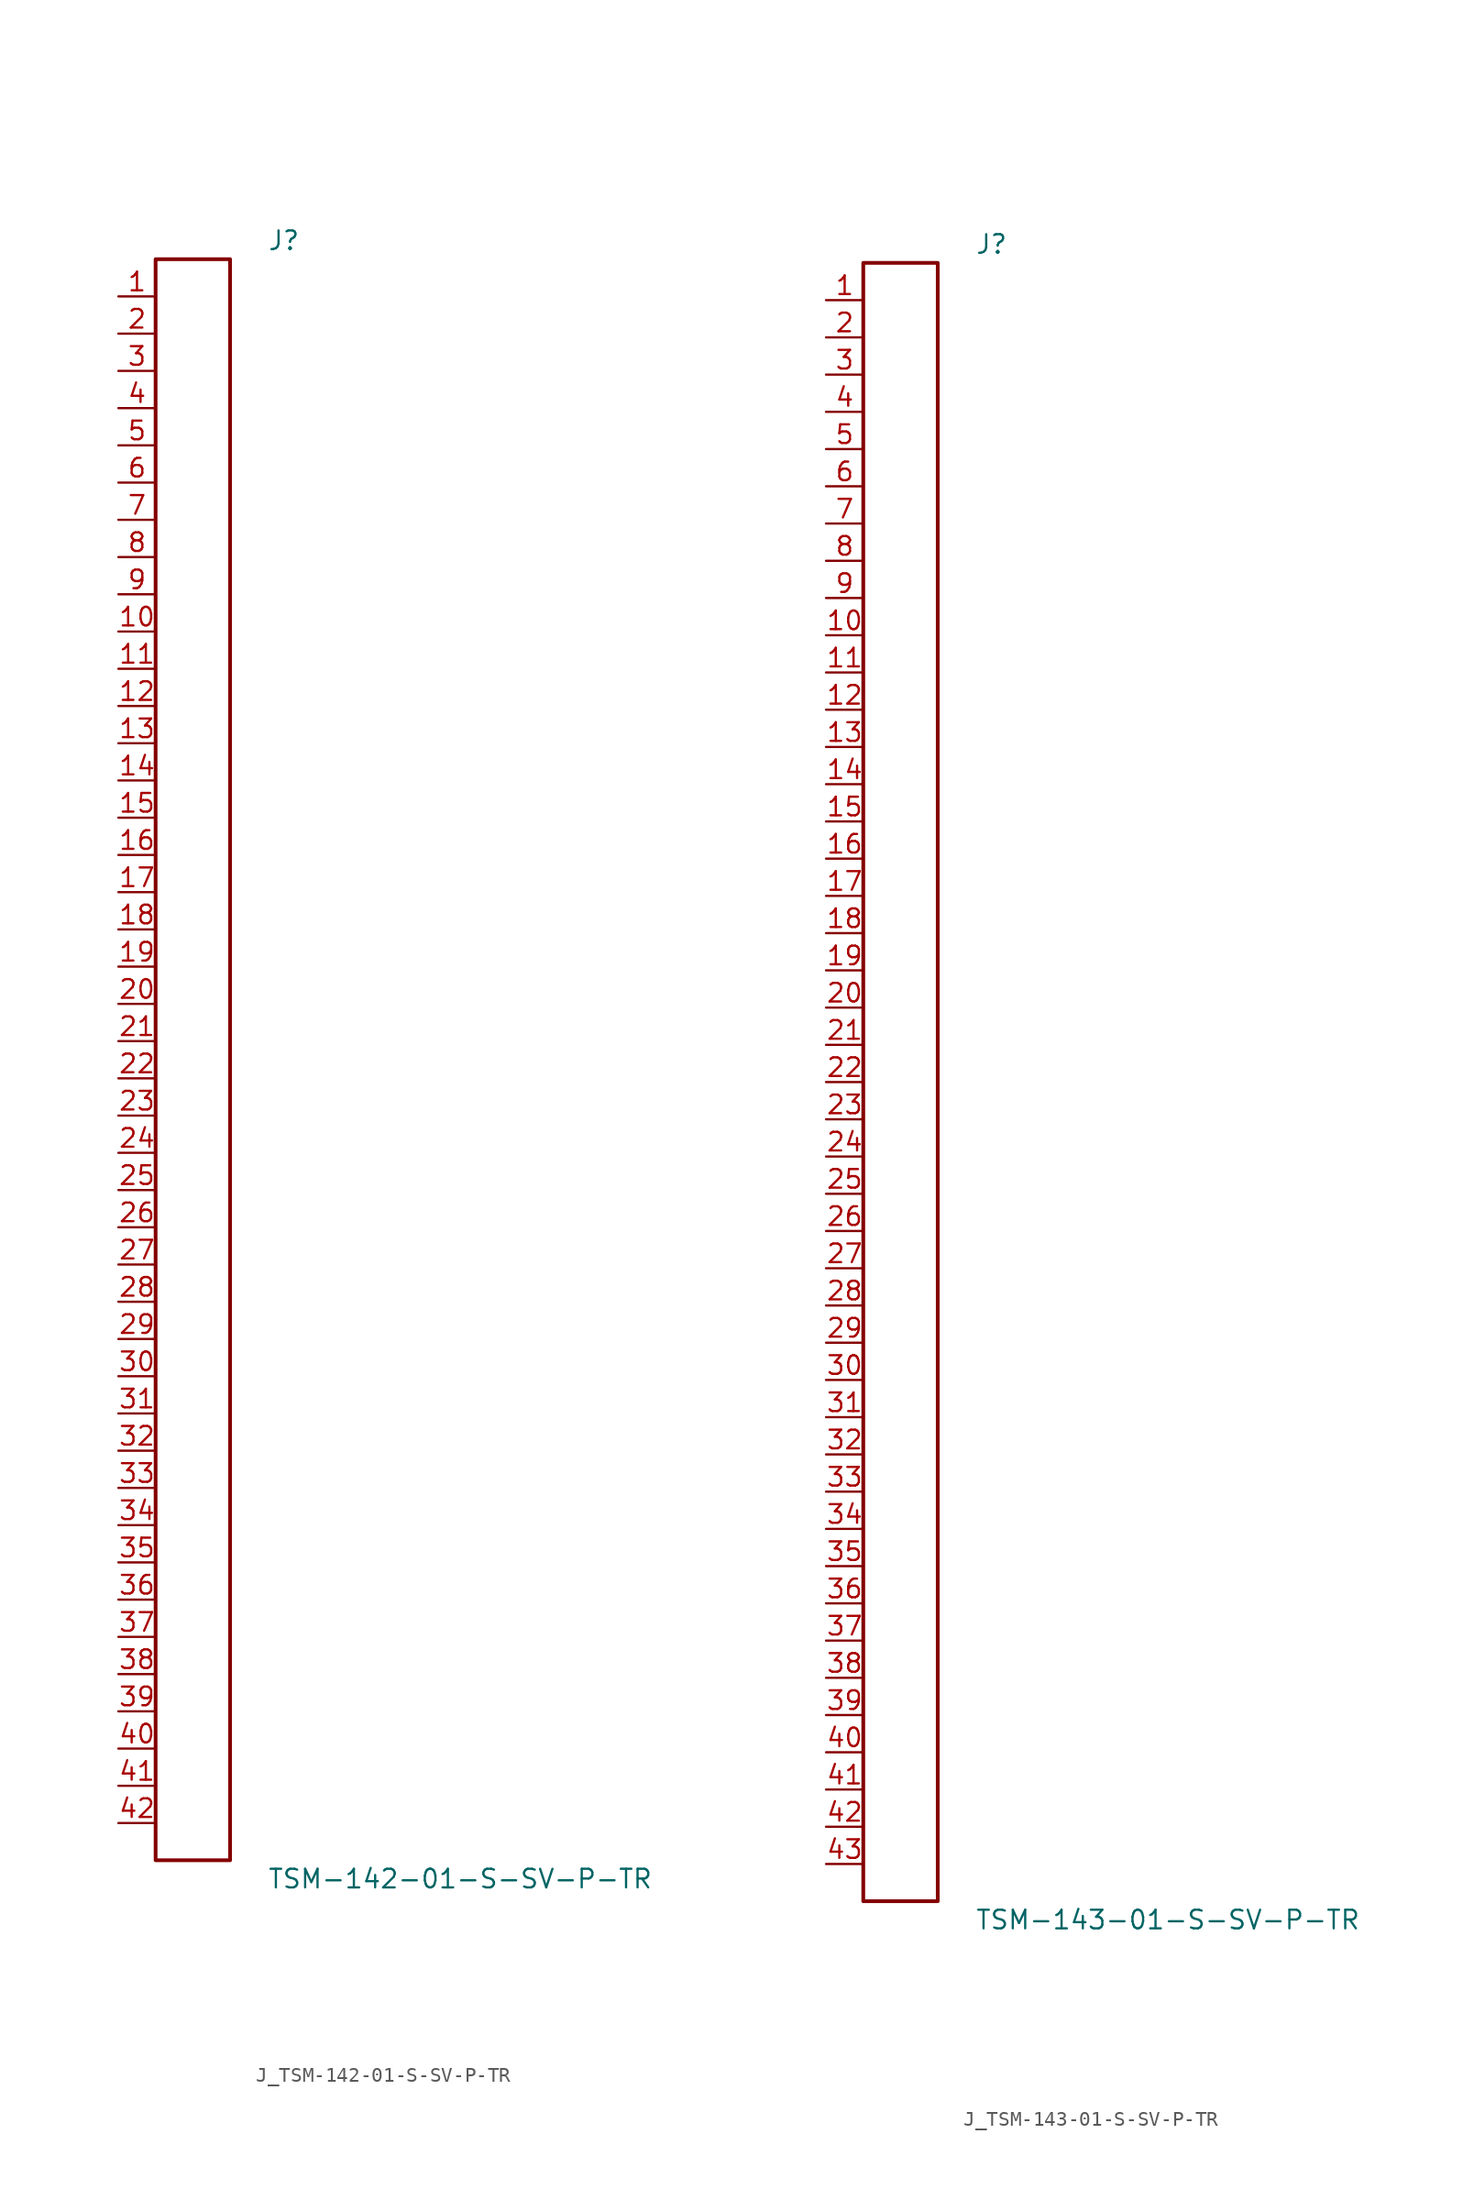
<source format=kicad_sym>
(kicad_symbol_lib
  (version 20231120)
  (generator kicad_symbol_editor)
  (generator_version 8.0)
  (symbol "J_TSM-142-01-S-SV-P-TR"
    (pin_names
      (offset 0.254))
    (property "Reference" "J"
      (at 5.08 55.88 0)
      (effects (font (size 1.27 1.27)) (justify left)))
    (property "Value" "TSM-142-01-S-SV-P-TR"
      (at 5.08 -55.88 0)
      (effects (font (size 1.27 1.27)) (justify left)))
    (symbol "J_TSM-142-01-S-SV-P-TR_0_0"
      (pin unspecified line (at -5.08 52.07 0) (length 2.54) (name "" (effects (font (size 1.27 1.27)))) (number "1" (effects (font (size 1.27 1.27)))))
      (pin unspecified line (at -5.08 49.53 0) (length 2.54) (name "" (effects (font (size 1.27 1.27)))) (number "2" (effects (font (size 1.27 1.27)))))
      (pin unspecified line (at -5.08 46.99 0) (length 2.54) (name "" (effects (font (size 1.27 1.27)))) (number "3" (effects (font (size 1.27 1.27)))))
      (pin unspecified line (at -5.08 44.45 0) (length 2.54) (name "" (effects (font (size 1.27 1.27)))) (number "4" (effects (font (size 1.27 1.27)))))
      (pin unspecified line (at -5.08 41.91 0) (length 2.54) (name "" (effects (font (size 1.27 1.27)))) (number "5" (effects (font (size 1.27 1.27)))))
      (pin unspecified line (at -5.08 39.37 0) (length 2.54) (name "" (effects (font (size 1.27 1.27)))) (number "6" (effects (font (size 1.27 1.27)))))
      (pin unspecified line (at -5.08 36.83 0) (length 2.54) (name "" (effects (font (size 1.27 1.27)))) (number "7" (effects (font (size 1.27 1.27)))))
      (pin unspecified line (at -5.08 34.29 0) (length 2.54) (name "" (effects (font (size 1.27 1.27)))) (number "8" (effects (font (size 1.27 1.27)))))
      (pin unspecified line (at -5.08 31.75 0) (length 2.54) (name "" (effects (font (size 1.27 1.27)))) (number "9" (effects (font (size 1.27 1.27)))))
      (pin unspecified line (at -5.08 29.21 0) (length 2.54) (name "" (effects (font (size 1.27 1.27)))) (number "10" (effects (font (size 1.27 1.27)))))
      (pin unspecified line (at -5.08 26.67 0) (length 2.54) (name "" (effects (font (size 1.27 1.27)))) (number "11" (effects (font (size 1.27 1.27)))))
      (pin unspecified line (at -5.08 24.13 0) (length 2.54) (name "" (effects (font (size 1.27 1.27)))) (number "12" (effects (font (size 1.27 1.27)))))
      (pin unspecified line (at -5.08 21.59 0) (length 2.54) (name "" (effects (font (size 1.27 1.27)))) (number "13" (effects (font (size 1.27 1.27)))))
      (pin unspecified line (at -5.08 19.05 0) (length 2.54) (name "" (effects (font (size 1.27 1.27)))) (number "14" (effects (font (size 1.27 1.27)))))
      (pin unspecified line (at -5.08 16.51 0) (length 2.54) (name "" (effects (font (size 1.27 1.27)))) (number "15" (effects (font (size 1.27 1.27)))))
      (pin unspecified line (at -5.08 13.97 0) (length 2.54) (name "" (effects (font (size 1.27 1.27)))) (number "16" (effects (font (size 1.27 1.27)))))
      (pin unspecified line (at -5.08 11.43 0) (length 2.54) (name "" (effects (font (size 1.27 1.27)))) (number "17" (effects (font (size 1.27 1.27)))))
      (pin unspecified line (at -5.08 8.89 0) (length 2.54) (name "" (effects (font (size 1.27 1.27)))) (number "18" (effects (font (size 1.27 1.27)))))
      (pin unspecified line (at -5.08 6.35 0) (length 2.54) (name "" (effects (font (size 1.27 1.27)))) (number "19" (effects (font (size 1.27 1.27)))))
      (pin unspecified line (at -5.08 3.81 0) (length 2.54) (name "" (effects (font (size 1.27 1.27)))) (number "20" (effects (font (size 1.27 1.27)))))
      (pin unspecified line (at -5.08 1.27 0) (length 2.54) (name "" (effects (font (size 1.27 1.27)))) (number "21" (effects (font (size 1.27 1.27)))))
      (pin unspecified line (at -5.08 -1.27 0) (length 2.54) (name "" (effects (font (size 1.27 1.27)))) (number "22" (effects (font (size 1.27 1.27)))))
      (pin unspecified line (at -5.08 -3.81 0) (length 2.54) (name "" (effects (font (size 1.27 1.27)))) (number "23" (effects (font (size 1.27 1.27)))))
      (pin unspecified line (at -5.08 -6.35 0) (length 2.54) (name "" (effects (font (size 1.27 1.27)))) (number "24" (effects (font (size 1.27 1.27)))))
      (pin unspecified line (at -5.08 -8.89 0) (length 2.54) (name "" (effects (font (size 1.27 1.27)))) (number "25" (effects (font (size 1.27 1.27)))))
      (pin unspecified line (at -5.08 -11.43 0) (length 2.54) (name "" (effects (font (size 1.27 1.27)))) (number "26" (effects (font (size 1.27 1.27)))))
      (pin unspecified line (at -5.08 -13.97 0) (length 2.54) (name "" (effects (font (size 1.27 1.27)))) (number "27" (effects (font (size 1.27 1.27)))))
      (pin unspecified line (at -5.08 -16.51 0) (length 2.54) (name "" (effects (font (size 1.27 1.27)))) (number "28" (effects (font (size 1.27 1.27)))))
      (pin unspecified line (at -5.08 -19.05 0) (length 2.54) (name "" (effects (font (size 1.27 1.27)))) (number "29" (effects (font (size 1.27 1.27)))))
      (pin unspecified line (at -5.08 -21.59 0) (length 2.54) (name "" (effects (font (size 1.27 1.27)))) (number "30" (effects (font (size 1.27 1.27)))))
      (pin unspecified line (at -5.08 -24.13 0) (length 2.54) (name "" (effects (font (size 1.27 1.27)))) (number "31" (effects (font (size 1.27 1.27)))))
      (pin unspecified line (at -5.08 -26.67 0) (length 2.54) (name "" (effects (font (size 1.27 1.27)))) (number "32" (effects (font (size 1.27 1.27)))))
      (pin unspecified line (at -5.08 -29.21 0) (length 2.54) (name "" (effects (font (size 1.27 1.27)))) (number "33" (effects (font (size 1.27 1.27)))))
      (pin unspecified line (at -5.08 -31.75 0) (length 2.54) (name "" (effects (font (size 1.27 1.27)))) (number "34" (effects (font (size 1.27 1.27)))))
      (pin unspecified line (at -5.08 -34.29 0) (length 2.54) (name "" (effects (font (size 1.27 1.27)))) (number "35" (effects (font (size 1.27 1.27)))))
      (pin unspecified line (at -5.08 -36.83 0) (length 2.54) (name "" (effects (font (size 1.27 1.27)))) (number "36" (effects (font (size 1.27 1.27)))))
      (pin unspecified line (at -5.08 -39.37 0) (length 2.54) (name "" (effects (font (size 1.27 1.27)))) (number "37" (effects (font (size 1.27 1.27)))))
      (pin unspecified line (at -5.08 -41.91 0) (length 2.54) (name "" (effects (font (size 1.27 1.27)))) (number "38" (effects (font (size 1.27 1.27)))))
      (pin unspecified line (at -5.08 -44.45 0) (length 2.54) (name "" (effects (font (size 1.27 1.27)))) (number "39" (effects (font (size 1.27 1.27)))))
      (pin unspecified line (at -5.08 -46.99 0) (length 2.54) (name "" (effects (font (size 1.27 1.27)))) (number "40" (effects (font (size 1.27 1.27)))))
      (pin unspecified line (at -5.08 -49.53 0) (length 2.54) (name "" (effects (font (size 1.27 1.27)))) (number "41" (effects (font (size 1.27 1.27)))))
      (pin unspecified line (at -5.08 -52.07 0) (length 2.54) (name "" (effects (font (size 1.27 1.27)))) (number "42" (effects (font (size 1.27 1.27))))))
    (symbol "J_TSM-142-01-S-SV-P-TR_1_0"
      (rectangle (start -2.54 54.61) (end 2.54 -54.61) (stroke (width 0.254) (type solid)) (fill (type none)))))
  (symbol "J_TSM-143-01-S-SV-P-TR"
    (pin_names
      (offset 0.254))
    (property "Reference" "J"
      (at 5.08 57.15 0)
      (effects (font (size 1.27 1.27)) (justify left)))
    (property "Value" "TSM-143-01-S-SV-P-TR"
      (at 5.08 -57.15 0)
      (effects (font (size 1.27 1.27)) (justify left)))
    (symbol "J_TSM-143-01-S-SV-P-TR_0_0"
      (pin unspecified line (at -5.08 53.34 0) (length 2.54) (name "" (effects (font (size 1.27 1.27)))) (number "1" (effects (font (size 1.27 1.27)))))
      (pin unspecified line (at -5.08 50.8 0) (length 2.54) (name "" (effects (font (size 1.27 1.27)))) (number "2" (effects (font (size 1.27 1.27)))))
      (pin unspecified line (at -5.08 48.26 0) (length 2.54) (name "" (effects (font (size 1.27 1.27)))) (number "3" (effects (font (size 1.27 1.27)))))
      (pin unspecified line (at -5.08 45.72 0) (length 2.54) (name "" (effects (font (size 1.27 1.27)))) (number "4" (effects (font (size 1.27 1.27)))))
      (pin unspecified line (at -5.08 43.18 0) (length 2.54) (name "" (effects (font (size 1.27 1.27)))) (number "5" (effects (font (size 1.27 1.27)))))
      (pin unspecified line (at -5.08 40.64 0) (length 2.54) (name "" (effects (font (size 1.27 1.27)))) (number "6" (effects (font (size 1.27 1.27)))))
      (pin unspecified line (at -5.08 38.1 0) (length 2.54) (name "" (effects (font (size 1.27 1.27)))) (number "7" (effects (font (size 1.27 1.27)))))
      (pin unspecified line (at -5.08 35.56 0) (length 2.54) (name "" (effects (font (size 1.27 1.27)))) (number "8" (effects (font (size 1.27 1.27)))))
      (pin unspecified line (at -5.08 33.02 0) (length 2.54) (name "" (effects (font (size 1.27 1.27)))) (number "9" (effects (font (size 1.27 1.27)))))
      (pin unspecified line (at -5.08 30.48 0) (length 2.54) (name "" (effects (font (size 1.27 1.27)))) (number "10" (effects (font (size 1.27 1.27)))))
      (pin unspecified line (at -5.08 27.94 0) (length 2.54) (name "" (effects (font (size 1.27 1.27)))) (number "11" (effects (font (size 1.27 1.27)))))
      (pin unspecified line (at -5.08 25.4 0) (length 2.54) (name "" (effects (font (size 1.27 1.27)))) (number "12" (effects (font (size 1.27 1.27)))))
      (pin unspecified line (at -5.08 22.86 0) (length 2.54) (name "" (effects (font (size 1.27 1.27)))) (number "13" (effects (font (size 1.27 1.27)))))
      (pin unspecified line (at -5.08 20.32 0) (length 2.54) (name "" (effects (font (size 1.27 1.27)))) (number "14" (effects (font (size 1.27 1.27)))))
      (pin unspecified line (at -5.08 17.78 0) (length 2.54) (name "" (effects (font (size 1.27 1.27)))) (number "15" (effects (font (size 1.27 1.27)))))
      (pin unspecified line (at -5.08 15.24 0) (length 2.54) (name "" (effects (font (size 1.27 1.27)))) (number "16" (effects (font (size 1.27 1.27)))))
      (pin unspecified line (at -5.08 12.7 0) (length 2.54) (name "" (effects (font (size 1.27 1.27)))) (number "17" (effects (font (size 1.27 1.27)))))
      (pin unspecified line (at -5.08 10.16 0) (length 2.54) (name "" (effects (font (size 1.27 1.27)))) (number "18" (effects (font (size 1.27 1.27)))))
      (pin unspecified line (at -5.08 7.62 0) (length 2.54) (name "" (effects (font (size 1.27 1.27)))) (number "19" (effects (font (size 1.27 1.27)))))
      (pin unspecified line (at -5.08 5.08 0) (length 2.54) (name "" (effects (font (size 1.27 1.27)))) (number "20" (effects (font (size 1.27 1.27)))))
      (pin unspecified line (at -5.08 2.54 0) (length 2.54) (name "" (effects (font (size 1.27 1.27)))) (number "21" (effects (font (size 1.27 1.27)))))
      (pin unspecified line (at -5.08 0.0 0) (length 2.54) (name "" (effects (font (size 1.27 1.27)))) (number "22" (effects (font (size 1.27 1.27)))))
      (pin unspecified line (at -5.08 -2.54 0) (length 2.54) (name "" (effects (font (size 1.27 1.27)))) (number "23" (effects (font (size 1.27 1.27)))))
      (pin unspecified line (at -5.08 -5.08 0) (length 2.54) (name "" (effects (font (size 1.27 1.27)))) (number "24" (effects (font (size 1.27 1.27)))))
      (pin unspecified line (at -5.08 -7.62 0) (length 2.54) (name "" (effects (font (size 1.27 1.27)))) (number "25" (effects (font (size 1.27 1.27)))))
      (pin unspecified line (at -5.08 -10.16 0) (length 2.54) (name "" (effects (font (size 1.27 1.27)))) (number "26" (effects (font (size 1.27 1.27)))))
      (pin unspecified line (at -5.08 -12.7 0) (length 2.54) (name "" (effects (font (size 1.27 1.27)))) (number "27" (effects (font (size 1.27 1.27)))))
      (pin unspecified line (at -5.08 -15.24 0) (length 2.54) (name "" (effects (font (size 1.27 1.27)))) (number "28" (effects (font (size 1.27 1.27)))))
      (pin unspecified line (at -5.08 -17.78 0) (length 2.54) (name "" (effects (font (size 1.27 1.27)))) (number "29" (effects (font (size 1.27 1.27)))))
      (pin unspecified line (at -5.08 -20.32 0) (length 2.54) (name "" (effects (font (size 1.27 1.27)))) (number "30" (effects (font (size 1.27 1.27)))))
      (pin unspecified line (at -5.08 -22.86 0) (length 2.54) (name "" (effects (font (size 1.27 1.27)))) (number "31" (effects (font (size 1.27 1.27)))))
      (pin unspecified line (at -5.08 -25.4 0) (length 2.54) (name "" (effects (font (size 1.27 1.27)))) (number "32" (effects (font (size 1.27 1.27)))))
      (pin unspecified line (at -5.08 -27.94 0) (length 2.54) (name "" (effects (font (size 1.27 1.27)))) (number "33" (effects (font (size 1.27 1.27)))))
      (pin unspecified line (at -5.08 -30.48 0) (length 2.54) (name "" (effects (font (size 1.27 1.27)))) (number "34" (effects (font (size 1.27 1.27)))))
      (pin unspecified line (at -5.08 -33.02 0) (length 2.54) (name "" (effects (font (size 1.27 1.27)))) (number "35" (effects (font (size 1.27 1.27)))))
      (pin unspecified line (at -5.08 -35.56 0) (length 2.54) (name "" (effects (font (size 1.27 1.27)))) (number "36" (effects (font (size 1.27 1.27)))))
      (pin unspecified line (at -5.08 -38.1 0) (length 2.54) (name "" (effects (font (size 1.27 1.27)))) (number "37" (effects (font (size 1.27 1.27)))))
      (pin unspecified line (at -5.08 -40.64 0) (length 2.54) (name "" (effects (font (size 1.27 1.27)))) (number "38" (effects (font (size 1.27 1.27)))))
      (pin unspecified line (at -5.08 -43.18 0) (length 2.54) (name "" (effects (font (size 1.27 1.27)))) (number "39" (effects (font (size 1.27 1.27)))))
      (pin unspecified line (at -5.08 -45.72 0) (length 2.54) (name "" (effects (font (size 1.27 1.27)))) (number "40" (effects (font (size 1.27 1.27)))))
      (pin unspecified line (at -5.08 -48.26 0) (length 2.54) (name "" (effects (font (size 1.27 1.27)))) (number "41" (effects (font (size 1.27 1.27)))))
      (pin unspecified line (at -5.08 -50.8 0) (length 2.54) (name "" (effects (font (size 1.27 1.27)))) (number "42" (effects (font (size 1.27 1.27)))))
      (pin unspecified line (at -5.08 -53.34 0) (length 2.54) (name "" (effects (font (size 1.27 1.27)))) (number "43" (effects (font (size 1.27 1.27))))))
    (symbol "J_TSM-143-01-S-SV-P-TR_1_0"
      (rectangle (start -2.54 55.88) (end 2.54 -55.88) (stroke (width 0.254) (type solid)) (fill (type none))))))
</source>
